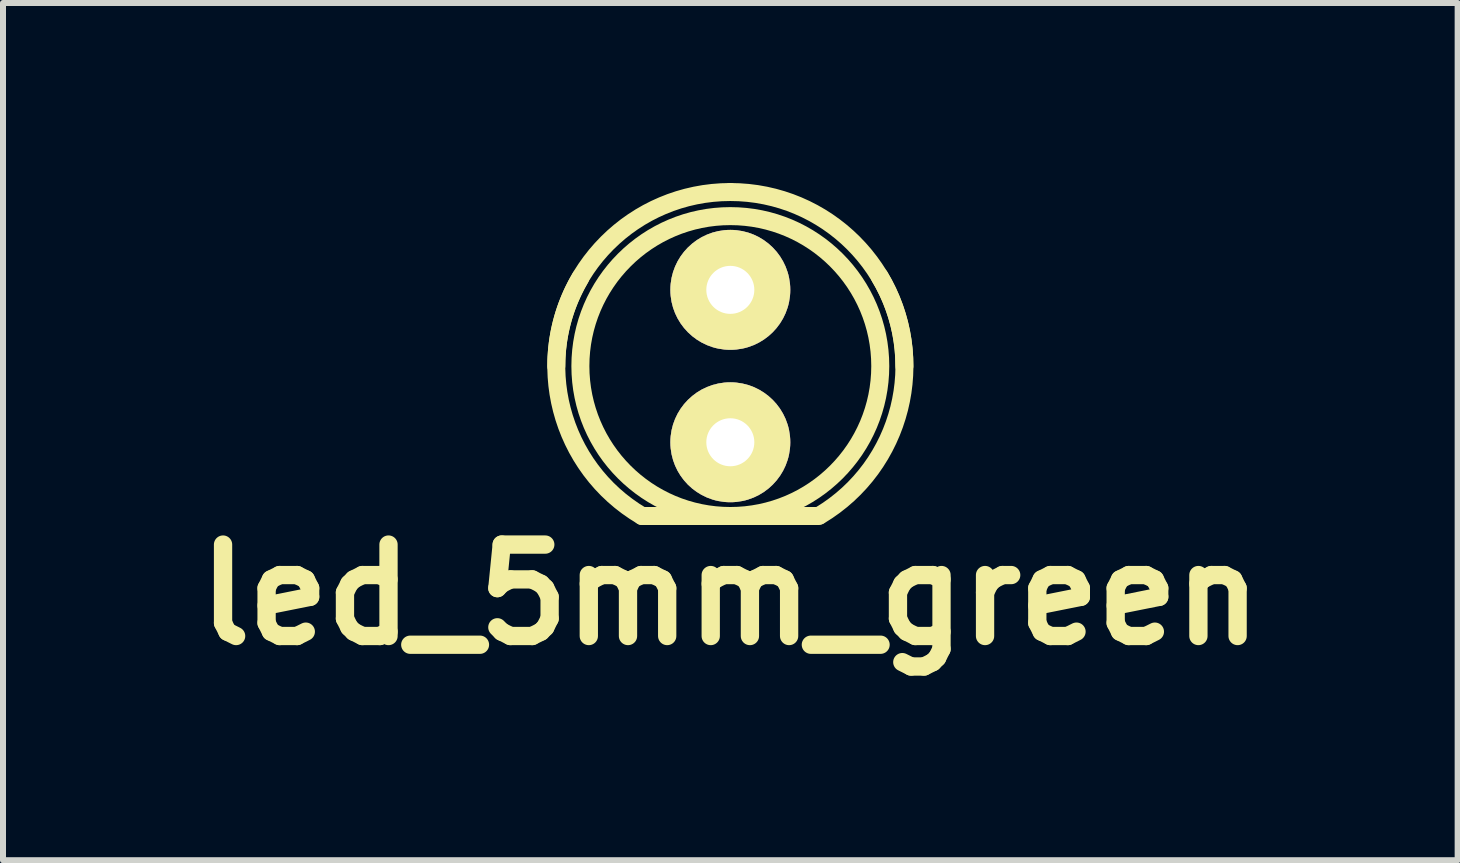
<source format=kicad_pcb>
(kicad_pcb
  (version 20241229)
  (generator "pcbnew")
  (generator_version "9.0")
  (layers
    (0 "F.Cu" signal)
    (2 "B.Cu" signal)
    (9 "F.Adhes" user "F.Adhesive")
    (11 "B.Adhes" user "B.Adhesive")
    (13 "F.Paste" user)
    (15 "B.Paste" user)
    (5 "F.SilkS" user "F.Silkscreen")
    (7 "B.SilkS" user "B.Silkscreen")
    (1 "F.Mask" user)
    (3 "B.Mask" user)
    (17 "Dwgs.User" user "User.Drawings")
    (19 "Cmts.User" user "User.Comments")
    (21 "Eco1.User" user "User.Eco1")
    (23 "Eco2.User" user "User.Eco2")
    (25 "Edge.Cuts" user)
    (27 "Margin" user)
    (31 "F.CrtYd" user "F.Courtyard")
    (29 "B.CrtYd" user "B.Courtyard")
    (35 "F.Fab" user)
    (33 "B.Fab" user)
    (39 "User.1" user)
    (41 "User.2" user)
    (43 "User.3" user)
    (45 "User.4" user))
  (footprint "led_5mm_green"
    (layer "F.Cu")
    (at 9.122 3.051)
    (property "Reference" "led_5mm_green" (at 0 3.81 0) (layer "F.SilkS") (effects (font (size 1.524 1.524) (thickness 0.305))))
    (attr through_hole)
    (fp_line (start -1.471 2.499) (end 1.471 2.499) (stroke (width 0.3) (type solid)) (layer "F.SilkS"))
    (fp_arc (start -2.90068 0) (mid -2.05109 -2.05109) (end 0 -2.90068) (stroke (width 0.29972) (type solid)) (layer "F.SilkS"))
    (fp_arc (start -1.47066 2.49936) (mid -2.807228 0.727401) (end -2.49936 -1.47066) (stroke (width 0.29972) (type solid)) (layer "F.SilkS"))
    (fp_arc (start 0 -2.90068) (mid 2.05109 -2.05109) (end 2.90068 0) (stroke (width 0.29972) (type solid)) (layer "F.SilkS"))
    (fp_arc (start 2.4892 -1.49098) (mid 2.814412 0.705848) (end 1.49098 2.4892) (stroke (width 0.29972) (type solid)) (layer "F.SilkS"))
    (fp_circle (center 0 0) (end -2.499 0) (stroke (width 0.3) (type solid)) (fill no) (layer "F.SilkS"))
    (pad "1" thru_hole circle (at 0 -1.27) (size 1.999 1.999) (drill 0.8) (layers "*.Cu" "*.Mask" "F.SilkS"))
    (pad "2" thru_hole circle (at 0 1.27) (size 1.999 1.999) (drill 0.8) (layers "*.Cu" "*.Mask" "F.SilkS")))
  (gr_rect
    (start -3 -3)
    (end 21.244 11.287)
    (stroke (width 0.1) (type default))
    (fill no)
    (layer "Edge.Cuts")))
</source>
